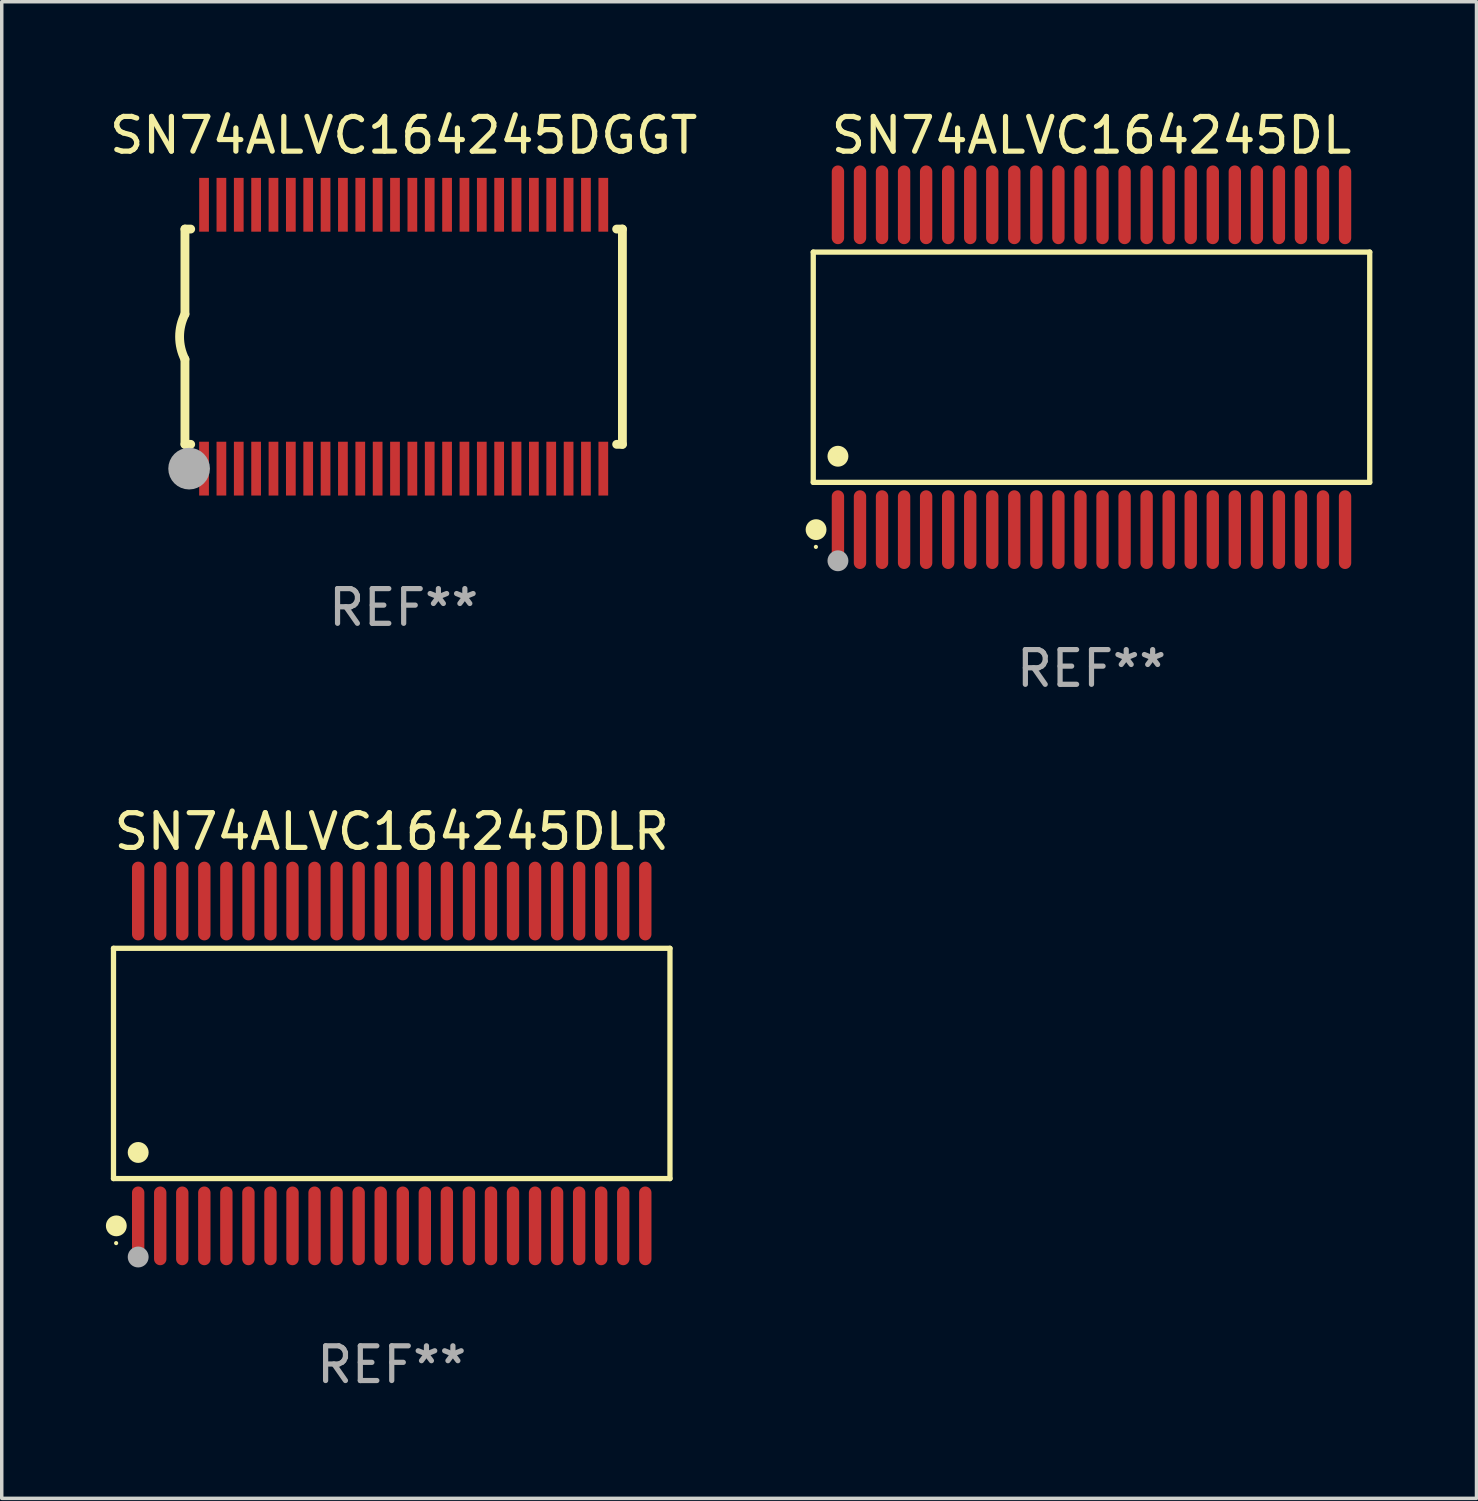
<source format=kicad_pcb>
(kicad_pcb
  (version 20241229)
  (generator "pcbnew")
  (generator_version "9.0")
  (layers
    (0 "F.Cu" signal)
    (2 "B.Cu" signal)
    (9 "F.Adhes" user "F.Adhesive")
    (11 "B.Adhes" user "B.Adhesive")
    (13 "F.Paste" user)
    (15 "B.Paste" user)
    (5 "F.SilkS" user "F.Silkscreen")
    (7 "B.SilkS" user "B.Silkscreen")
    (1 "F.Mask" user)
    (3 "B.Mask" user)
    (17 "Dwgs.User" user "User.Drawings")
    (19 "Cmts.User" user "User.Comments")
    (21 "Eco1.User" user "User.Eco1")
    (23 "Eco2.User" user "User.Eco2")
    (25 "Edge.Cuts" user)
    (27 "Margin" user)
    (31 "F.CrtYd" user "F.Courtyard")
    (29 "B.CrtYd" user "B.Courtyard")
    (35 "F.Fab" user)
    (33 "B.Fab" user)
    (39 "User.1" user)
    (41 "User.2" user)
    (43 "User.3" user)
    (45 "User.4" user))
  (footprint "SN74ALVC164245DL"
    (layer "F.Cu")
    (at 28.388 7.527)
    (property "Reference" "SN74ALVC164245DL" (at 0 -6.678 0) (layer "F.SilkS") (effects (font (size 1 1) (thickness 0.15))))
    (attr through_hole)
    (fp_line (start -8.014 -3.316) (end 8.014 -3.316) (stroke (width 0.152) (type solid)) (layer "F.SilkS"))
    (fp_line (start -8.014 3.316) (end -8.014 -3.316) (stroke (width 0.152) (type solid)) (layer "F.SilkS"))
    (fp_line (start 8.014 -3.316) (end 8.014 3.316) (stroke (width 0.152) (type solid)) (layer "F.SilkS"))
    (fp_line (start 8.014 3.316) (end -8.014 3.316) (stroke (width 0.152) (type solid)) (layer "F.SilkS"))
    (fp_circle (center -7.938 5.175) (end -7.908 5.175) (stroke (width 0.06) (type solid)) (fill no) (layer "F.SilkS"))
    (fp_circle (center -7.933 4.678) (end -7.783 4.678) (stroke (width 0.3) (type solid)) (fill no) (layer "F.SilkS"))
    (fp_circle (center -7.303 2.564) (end -7.152 2.564) (stroke (width 0.3) (type solid)) (fill no) (layer "F.SilkS"))
    (fp_circle (center -7.303 5.575) (end -7.152 5.575) (stroke (width 0.3) (type solid)) (fill no) (layer "F.Fab"))
    (fp_text user "REF**" (at 0 8.678 0) (layer "F.Fab") (effects (font (size 1 1) (thickness 0.15))))
    (pad "1" smd oval (at -7.303 4.678) (size 0.356 2.267) (layers "F.Cu" "F.Mask" "F.Paste"))
    (pad "2" smd oval (at -6.668 4.678) (size 0.356 2.267) (layers "F.Cu" "F.Mask" "F.Paste"))
    (pad "3" smd oval (at -6.033 4.678) (size 0.356 2.267) (layers "F.Cu" "F.Mask" "F.Paste"))
    (pad "4" smd oval (at -5.398 4.678) (size 0.356 2.267) (layers "F.Cu" "F.Mask" "F.Paste"))
    (pad "5" smd oval (at -4.763 4.678) (size 0.356 2.267) (layers "F.Cu" "F.Mask" "F.Paste"))
    (pad "6" smd oval (at -4.128 4.678) (size 0.356 2.267) (layers "F.Cu" "F.Mask" "F.Paste"))
    (pad "7" smd oval (at -3.493 4.678) (size 0.356 2.267) (layers "F.Cu" "F.Mask" "F.Paste"))
    (pad "8" smd oval (at -2.858 4.678) (size 0.356 2.267) (layers "F.Cu" "F.Mask" "F.Paste"))
    (pad "9" smd oval (at -2.223 4.678) (size 0.356 2.267) (layers "F.Cu" "F.Mask" "F.Paste"))
    (pad "10" smd oval (at -1.588 4.678) (size 0.356 2.267) (layers "F.Cu" "F.Mask" "F.Paste"))
    (pad "11" smd oval (at -0.953 4.678) (size 0.356 2.267) (layers "F.Cu" "F.Mask" "F.Paste"))
    (pad "12" smd oval (at -0.318 4.678) (size 0.356 2.267) (layers "F.Cu" "F.Mask" "F.Paste"))
    (pad "13" smd oval (at 0.318 4.678) (size 0.356 2.267) (layers "F.Cu" "F.Mask" "F.Paste"))
    (pad "14" smd oval (at 0.953 4.678) (size 0.356 2.267) (layers "F.Cu" "F.Mask" "F.Paste"))
    (pad "15" smd oval (at 1.588 4.678) (size 0.356 2.267) (layers "F.Cu" "F.Mask" "F.Paste"))
    (pad "16" smd oval (at 2.223 4.678) (size 0.356 2.267) (layers "F.Cu" "F.Mask" "F.Paste"))
    (pad "17" smd oval (at 2.858 4.678) (size 0.356 2.267) (layers "F.Cu" "F.Mask" "F.Paste"))
    (pad "18" smd oval (at 3.493 4.678) (size 0.356 2.267) (layers "F.Cu" "F.Mask" "F.Paste"))
    (pad "19" smd oval (at 4.128 4.678) (size 0.356 2.267) (layers "F.Cu" "F.Mask" "F.Paste"))
    (pad "20" smd oval (at 4.763 4.678) (size 0.356 2.267) (layers "F.Cu" "F.Mask" "F.Paste"))
    (pad "21" smd oval (at 5.398 4.678) (size 0.356 2.267) (layers "F.Cu" "F.Mask" "F.Paste"))
    (pad "22" smd oval (at 6.033 4.678) (size 0.356 2.267) (layers "F.Cu" "F.Mask" "F.Paste"))
    (pad "23" smd oval (at 6.668 4.678) (size 0.356 2.267) (layers "F.Cu" "F.Mask" "F.Paste"))
    (pad "24" smd oval (at 7.303 4.678) (size 0.356 2.267) (layers "F.Cu" "F.Mask" "F.Paste"))
    (pad "25" smd oval (at 7.303 -4.678) (size 0.356 2.267) (layers "F.Cu" "F.Mask" "F.Paste"))
    (pad "26" smd oval (at 6.668 -4.678) (size 0.356 2.267) (layers "F.Cu" "F.Mask" "F.Paste"))
    (pad "27" smd oval (at 6.033 -4.678) (size 0.356 2.267) (layers "F.Cu" "F.Mask" "F.Paste"))
    (pad "28" smd oval (at 5.398 -4.678) (size 0.356 2.267) (layers "F.Cu" "F.Mask" "F.Paste"))
    (pad "29" smd oval (at 4.763 -4.678) (size 0.356 2.267) (layers "F.Cu" "F.Mask" "F.Paste"))
    (pad "30" smd oval (at 4.128 -4.678) (size 0.356 2.267) (layers "F.Cu" "F.Mask" "F.Paste"))
    (pad "31" smd oval (at 3.493 -4.678) (size 0.356 2.267) (layers "F.Cu" "F.Mask" "F.Paste"))
    (pad "32" smd oval (at 2.858 -4.678) (size 0.356 2.267) (layers "F.Cu" "F.Mask" "F.Paste"))
    (pad "33" smd oval (at 2.223 -4.678) (size 0.356 2.267) (layers "F.Cu" "F.Mask" "F.Paste"))
    (pad "34" smd oval (at 1.588 -4.678) (size 0.356 2.267) (layers "F.Cu" "F.Mask" "F.Paste"))
    (pad "35" smd oval (at 0.953 -4.678) (size 0.356 2.267) (layers "F.Cu" "F.Mask" "F.Paste"))
    (pad "36" smd oval (at 0.318 -4.678) (size 0.356 2.267) (layers "F.Cu" "F.Mask" "F.Paste"))
    (pad "37" smd oval (at -0.318 -4.678) (size 0.356 2.267) (layers "F.Cu" "F.Mask" "F.Paste"))
    (pad "38" smd oval (at -0.953 -4.678) (size 0.356 2.267) (layers "F.Cu" "F.Mask" "F.Paste"))
    (pad "39" smd oval (at -1.588 -4.678) (size 0.356 2.267) (layers "F.Cu" "F.Mask" "F.Paste"))
    (pad "40" smd oval (at -2.223 -4.678) (size 0.356 2.267) (layers "F.Cu" "F.Mask" "F.Paste"))
    (pad "41" smd oval (at -2.858 -4.678) (size 0.356 2.267) (layers "F.Cu" "F.Mask" "F.Paste"))
    (pad "42" smd oval (at -3.493 -4.678) (size 0.356 2.267) (layers "F.Cu" "F.Mask" "F.Paste"))
    (pad "43" smd oval (at -4.128 -4.678) (size 0.356 2.267) (layers "F.Cu" "F.Mask" "F.Paste"))
    (pad "44" smd oval (at -4.763 -4.678) (size 0.356 2.267) (layers "F.Cu" "F.Mask" "F.Paste"))
    (pad "45" smd oval (at -5.398 -4.678) (size 0.356 2.267) (layers "F.Cu" "F.Mask" "F.Paste"))
    (pad "46" smd oval (at -6.033 -4.678) (size 0.356 2.267) (layers "F.Cu" "F.Mask" "F.Paste"))
    (pad "47" smd oval (at -6.668 -4.678) (size 0.356 2.267) (layers "F.Cu" "F.Mask" "F.Paste"))
    (pad "48" smd oval (at -7.303 -4.678) (size 0.356 2.267) (layers "F.Cu" "F.Mask" "F.Paste")))
  (footprint "SN74ALVC164245DLR"
    (layer "F.Cu")
    (at 8.233 27.58)
    (property "Reference" "SN74ALVC164245DLR" (at 0 -6.678 0) (layer "F.SilkS") (effects (font (size 1 1) (thickness 0.15))))
    (attr through_hole)
    (fp_line (start -8.014 -3.316) (end 8.014 -3.316) (stroke (width 0.152) (type solid)) (layer "F.SilkS"))
    (fp_line (start -8.014 3.316) (end -8.014 -3.316) (stroke (width 0.152) (type solid)) (layer "F.SilkS"))
    (fp_line (start 8.014 -3.316) (end 8.014 3.316) (stroke (width 0.152) (type solid)) (layer "F.SilkS"))
    (fp_line (start 8.014 3.316) (end -8.014 3.316) (stroke (width 0.152) (type solid)) (layer "F.SilkS"))
    (fp_circle (center -7.938 5.175) (end -7.908 5.175) (stroke (width 0.06) (type solid)) (fill no) (layer "F.SilkS"))
    (fp_circle (center -7.933 4.678) (end -7.783 4.678) (stroke (width 0.3) (type solid)) (fill no) (layer "F.SilkS"))
    (fp_circle (center -7.303 2.564) (end -7.152 2.564) (stroke (width 0.3) (type solid)) (fill no) (layer "F.SilkS"))
    (fp_circle (center -7.303 5.575) (end -7.152 5.575) (stroke (width 0.3) (type solid)) (fill no) (layer "F.Fab"))
    (fp_text user "REF**" (at 0 8.678 0) (layer "F.Fab") (effects (font (size 1 1) (thickness 0.15))))
    (pad "1" smd oval (at -7.303 4.678) (size 0.356 2.267) (layers "F.Cu" "F.Mask" "F.Paste"))
    (pad "2" smd oval (at -6.668 4.678) (size 0.356 2.267) (layers "F.Cu" "F.Mask" "F.Paste"))
    (pad "3" smd oval (at -6.033 4.678) (size 0.356 2.267) (layers "F.Cu" "F.Mask" "F.Paste"))
    (pad "4" smd oval (at -5.398 4.678) (size 0.356 2.267) (layers "F.Cu" "F.Mask" "F.Paste"))
    (pad "5" smd oval (at -4.763 4.678) (size 0.356 2.267) (layers "F.Cu" "F.Mask" "F.Paste"))
    (pad "6" smd oval (at -4.128 4.678) (size 0.356 2.267) (layers "F.Cu" "F.Mask" "F.Paste"))
    (pad "7" smd oval (at -3.493 4.678) (size 0.356 2.267) (layers "F.Cu" "F.Mask" "F.Paste"))
    (pad "8" smd oval (at -2.858 4.678) (size 0.356 2.267) (layers "F.Cu" "F.Mask" "F.Paste"))
    (pad "9" smd oval (at -2.223 4.678) (size 0.356 2.267) (layers "F.Cu" "F.Mask" "F.Paste"))
    (pad "10" smd oval (at -1.588 4.678) (size 0.356 2.267) (layers "F.Cu" "F.Mask" "F.Paste"))
    (pad "11" smd oval (at -0.953 4.678) (size 0.356 2.267) (layers "F.Cu" "F.Mask" "F.Paste"))
    (pad "12" smd oval (at -0.318 4.678) (size 0.356 2.267) (layers "F.Cu" "F.Mask" "F.Paste"))
    (pad "13" smd oval (at 0.318 4.678) (size 0.356 2.267) (layers "F.Cu" "F.Mask" "F.Paste"))
    (pad "14" smd oval (at 0.953 4.678) (size 0.356 2.267) (layers "F.Cu" "F.Mask" "F.Paste"))
    (pad "15" smd oval (at 1.588 4.678) (size 0.356 2.267) (layers "F.Cu" "F.Mask" "F.Paste"))
    (pad "16" smd oval (at 2.223 4.678) (size 0.356 2.267) (layers "F.Cu" "F.Mask" "F.Paste"))
    (pad "17" smd oval (at 2.858 4.678) (size 0.356 2.267) (layers "F.Cu" "F.Mask" "F.Paste"))
    (pad "18" smd oval (at 3.493 4.678) (size 0.356 2.267) (layers "F.Cu" "F.Mask" "F.Paste"))
    (pad "19" smd oval (at 4.128 4.678) (size 0.356 2.267) (layers "F.Cu" "F.Mask" "F.Paste"))
    (pad "20" smd oval (at 4.763 4.678) (size 0.356 2.267) (layers "F.Cu" "F.Mask" "F.Paste"))
    (pad "21" smd oval (at 5.398 4.678) (size 0.356 2.267) (layers "F.Cu" "F.Mask" "F.Paste"))
    (pad "22" smd oval (at 6.033 4.678) (size 0.356 2.267) (layers "F.Cu" "F.Mask" "F.Paste"))
    (pad "23" smd oval (at 6.668 4.678) (size 0.356 2.267) (layers "F.Cu" "F.Mask" "F.Paste"))
    (pad "24" smd oval (at 7.303 4.678) (size 0.356 2.267) (layers "F.Cu" "F.Mask" "F.Paste"))
    (pad "25" smd oval (at 7.303 -4.678) (size 0.356 2.267) (layers "F.Cu" "F.Mask" "F.Paste"))
    (pad "26" smd oval (at 6.668 -4.678) (size 0.356 2.267) (layers "F.Cu" "F.Mask" "F.Paste"))
    (pad "27" smd oval (at 6.033 -4.678) (size 0.356 2.267) (layers "F.Cu" "F.Mask" "F.Paste"))
    (pad "28" smd oval (at 5.398 -4.678) (size 0.356 2.267) (layers "F.Cu" "F.Mask" "F.Paste"))
    (pad "29" smd oval (at 4.763 -4.678) (size 0.356 2.267) (layers "F.Cu" "F.Mask" "F.Paste"))
    (pad "30" smd oval (at 4.128 -4.678) (size 0.356 2.267) (layers "F.Cu" "F.Mask" "F.Paste"))
    (pad "31" smd oval (at 3.493 -4.678) (size 0.356 2.267) (layers "F.Cu" "F.Mask" "F.Paste"))
    (pad "32" smd oval (at 2.858 -4.678) (size 0.356 2.267) (layers "F.Cu" "F.Mask" "F.Paste"))
    (pad "33" smd oval (at 2.223 -4.678) (size 0.356 2.267) (layers "F.Cu" "F.Mask" "F.Paste"))
    (pad "34" smd oval (at 1.588 -4.678) (size 0.356 2.267) (layers "F.Cu" "F.Mask" "F.Paste"))
    (pad "35" smd oval (at 0.953 -4.678) (size 0.356 2.267) (layers "F.Cu" "F.Mask" "F.Paste"))
    (pad "36" smd oval (at 0.318 -4.678) (size 0.356 2.267) (layers "F.Cu" "F.Mask" "F.Paste"))
    (pad "37" smd oval (at -0.318 -4.678) (size 0.356 2.267) (layers "F.Cu" "F.Mask" "F.Paste"))
    (pad "38" smd oval (at -0.953 -4.678) (size 0.356 2.267) (layers "F.Cu" "F.Mask" "F.Paste"))
    (pad "39" smd oval (at -1.588 -4.678) (size 0.356 2.267) (layers "F.Cu" "F.Mask" "F.Paste"))
    (pad "40" smd oval (at -2.223 -4.678) (size 0.356 2.267) (layers "F.Cu" "F.Mask" "F.Paste"))
    (pad "41" smd oval (at -2.858 -4.678) (size 0.356 2.267) (layers "F.Cu" "F.Mask" "F.Paste"))
    (pad "42" smd oval (at -3.493 -4.678) (size 0.356 2.267) (layers "F.Cu" "F.Mask" "F.Paste"))
    (pad "43" smd oval (at -4.128 -4.678) (size 0.356 2.267) (layers "F.Cu" "F.Mask" "F.Paste"))
    (pad "44" smd oval (at -4.763 -4.678) (size 0.356 2.267) (layers "F.Cu" "F.Mask" "F.Paste"))
    (pad "45" smd oval (at -5.398 -4.678) (size 0.356 2.267) (layers "F.Cu" "F.Mask" "F.Paste"))
    (pad "46" smd oval (at -6.033 -4.678) (size 0.356 2.267) (layers "F.Cu" "F.Mask" "F.Paste"))
    (pad "47" smd oval (at -6.668 -4.678) (size 0.356 2.267) (layers "F.Cu" "F.Mask" "F.Paste"))
    (pad "48" smd oval (at -7.303 -4.678) (size 0.356 2.267) (layers "F.Cu" "F.Mask" "F.Paste")))
  (footprint "SN74ALVC164245DGGT"
    (layer "F.Cu")
    (at 8.577 6.648)
    (property "Reference" "SN74ALVC164245DGGT" (at 0 -5.8 0) (layer "F.SilkS") (effects (font (size 1 1) (thickness 0.15))))
    (attr through_hole)
    (fp_line (start -6.3 -3.1) (end -6.3 -0.65) (stroke (width 0.254) (type solid)) (layer "F.SilkS"))
    (fp_line (start -6.3 -3.1) (end -6.134 -3.1) (stroke (width 0.254) (type solid)) (layer "F.SilkS"))
    (fp_line (start -6.3 3.1) (end -6.3 0.65) (stroke (width 0.254) (type solid)) (layer "F.SilkS"))
    (fp_line (start -6.3 3.1) (end -6.134 3.1) (stroke (width 0.254) (type solid)) (layer "F.SilkS"))
    (fp_line (start 6.134 -3.1) (end 6.3 -3.1) (stroke (width 0.254) (type solid)) (layer "F.SilkS"))
    (fp_line (start 6.134 3.1) (end 6.3 3.1) (stroke (width 0.254) (type solid)) (layer "F.SilkS"))
    (fp_line (start 6.3 -3.1) (end 6.3 3.1) (stroke (width 0.254) (type solid)) (layer "F.SilkS"))
    (fp_arc (start -6.301016 0.650114) (mid -6.45413 -0.000082) (end -6.3 -0.650038) (stroke (width 0.254001) (type solid)) (layer "F.SilkS"))
    (fp_circle (center -6.35 3.81) (end -6.223 3.81) (stroke (width 0.254) (type solid)) (fill no) (layer "F.SilkS"))
    (fp_circle (center -6.25 4.05) (end -6.22 4.05) (stroke (width 0.06) (type solid)) (fill no) (layer "F.SilkS"))
    (fp_circle (center -6.18 3.8) (end -5.88 3.8) (stroke (width 0.6) (type solid)) (fill no) (layer "F.Fab"))
    (fp_text user "REF**" (at 0 7.8 0) (layer "F.Fab") (effects (font (size 1 1) (thickness 0.15))))
    (pad "1" smd rect (at -5.75 3.8) (size 0.28 1.55) (layers "F.Cu" "F.Mask" "F.Paste"))
    (pad "2" smd rect (at -5.25 3.8) (size 0.28 1.55) (layers "F.Cu" "F.Mask" "F.Paste"))
    (pad "3" smd rect (at -4.75 3.8) (size 0.28 1.55) (layers "F.Cu" "F.Mask" "F.Paste"))
    (pad "4" smd rect (at -4.25 3.8) (size 0.28 1.55) (layers "F.Cu" "F.Mask" "F.Paste"))
    (pad "5" smd rect (at -3.75 3.8) (size 0.28 1.55) (layers "F.Cu" "F.Mask" "F.Paste"))
    (pad "6" smd rect (at -3.25 3.8) (size 0.28 1.55) (layers "F.Cu" "F.Mask" "F.Paste"))
    (pad "7" smd rect (at -2.75 3.8) (size 0.28 1.55) (layers "F.Cu" "F.Mask" "F.Paste"))
    (pad "8" smd rect (at -2.25 3.8) (size 0.28 1.55) (layers "F.Cu" "F.Mask" "F.Paste"))
    (pad "9" smd rect (at -1.75 3.8) (size 0.28 1.55) (layers "F.Cu" "F.Mask" "F.Paste"))
    (pad "10" smd rect (at -1.25 3.8) (size 0.28 1.55) (layers "F.Cu" "F.Mask" "F.Paste"))
    (pad "11" smd rect (at -0.75 3.8) (size 0.28 1.55) (layers "F.Cu" "F.Mask" "F.Paste"))
    (pad "12" smd rect (at -0.25 3.8) (size 0.28 1.55) (layers "F.Cu" "F.Mask" "F.Paste"))
    (pad "13" smd rect (at 0.25 3.8) (size 0.28 1.55) (layers "F.Cu" "F.Mask" "F.Paste"))
    (pad "14" smd rect (at 0.75 3.8) (size 0.28 1.55) (layers "F.Cu" "F.Mask" "F.Paste"))
    (pad "15" smd rect (at 1.25 3.8) (size 0.28 1.55) (layers "F.Cu" "F.Mask" "F.Paste"))
    (pad "16" smd rect (at 1.75 3.8) (size 0.28 1.55) (layers "F.Cu" "F.Mask" "F.Paste"))
    (pad "17" smd rect (at 2.25 3.8) (size 0.28 1.55) (layers "F.Cu" "F.Mask" "F.Paste"))
    (pad "18" smd rect (at 2.75 3.8) (size 0.28 1.55) (layers "F.Cu" "F.Mask" "F.Paste"))
    (pad "19" smd rect (at 3.25 3.8) (size 0.28 1.55) (layers "F.Cu" "F.Mask" "F.Paste"))
    (pad "20" smd rect (at 3.75 3.8) (size 0.28 1.55) (layers "F.Cu" "F.Mask" "F.Paste"))
    (pad "21" smd rect (at 4.25 3.8) (size 0.28 1.55) (layers "F.Cu" "F.Mask" "F.Paste"))
    (pad "22" smd rect (at 4.75 3.8) (size 0.28 1.55) (layers "F.Cu" "F.Mask" "F.Paste"))
    (pad "23" smd rect (at 5.25 3.8) (size 0.28 1.55) (layers "F.Cu" "F.Mask" "F.Paste"))
    (pad "24" smd rect (at 5.75 3.8) (size 0.28 1.55) (layers "F.Cu" "F.Mask" "F.Paste"))
    (pad "25" smd rect (at 5.75 -3.8) (size 0.28 1.55) (layers "F.Cu" "F.Mask" "F.Paste"))
    (pad "26" smd rect (at 5.25 -3.8) (size 0.28 1.55) (layers "F.Cu" "F.Mask" "F.Paste"))
    (pad "27" smd rect (at 4.75 -3.8) (size 0.28 1.55) (layers "F.Cu" "F.Mask" "F.Paste"))
    (pad "28" smd rect (at 4.25 -3.8) (size 0.28 1.55) (layers "F.Cu" "F.Mask" "F.Paste"))
    (pad "29" smd rect (at 3.75 -3.8) (size 0.28 1.55) (layers "F.Cu" "F.Mask" "F.Paste"))
    (pad "30" smd rect (at 3.25 -3.8) (size 0.28 1.55) (layers "F.Cu" "F.Mask" "F.Paste"))
    (pad "31" smd rect (at 2.75 -3.8) (size 0.28 1.55) (layers "F.Cu" "F.Mask" "F.Paste"))
    (pad "32" smd rect (at 2.25 -3.8) (size 0.28 1.55) (layers "F.Cu" "F.Mask" "F.Paste"))
    (pad "33" smd rect (at 1.75 -3.8) (size 0.28 1.55) (layers "F.Cu" "F.Mask" "F.Paste"))
    (pad "34" smd rect (at 1.25 -3.8) (size 0.28 1.55) (layers "F.Cu" "F.Mask" "F.Paste"))
    (pad "35" smd rect (at 0.75 -3.8) (size 0.28 1.55) (layers "F.Cu" "F.Mask" "F.Paste"))
    (pad "36" smd rect (at 0.25 -3.8) (size 0.28 1.55) (layers "F.Cu" "F.Mask" "F.Paste"))
    (pad "37" smd rect (at -0.25 -3.8) (size 0.28 1.55) (layers "F.Cu" "F.Mask" "F.Paste"))
    (pad "38" smd rect (at -0.75 -3.8) (size 0.28 1.55) (layers "F.Cu" "F.Mask" "F.Paste"))
    (pad "39" smd rect (at -1.25 -3.8) (size 0.28 1.55) (layers "F.Cu" "F.Mask" "F.Paste"))
    (pad "40" smd rect (at -1.75 -3.8) (size 0.28 1.55) (layers "F.Cu" "F.Mask" "F.Paste"))
    (pad "41" smd rect (at -2.25 -3.8) (size 0.28 1.55) (layers "F.Cu" "F.Mask" "F.Paste"))
    (pad "42" smd rect (at -2.75 -3.8) (size 0.28 1.55) (layers "F.Cu" "F.Mask" "F.Paste"))
    (pad "43" smd rect (at -3.25 -3.8) (size 0.28 1.55) (layers "F.Cu" "F.Mask" "F.Paste"))
    (pad "44" smd rect (at -3.75 -3.8) (size 0.28 1.55) (layers "F.Cu" "F.Mask" "F.Paste"))
    (pad "45" smd rect (at -4.25 -3.8) (size 0.28 1.55) (layers "F.Cu" "F.Mask" "F.Paste"))
    (pad "46" smd rect (at -4.75 -3.8) (size 0.28 1.55) (layers "F.Cu" "F.Mask" "F.Paste"))
    (pad "47" smd rect (at -5.25 -3.8) (size 0.28 1.55) (layers "F.Cu" "F.Mask" "F.Paste"))
    (pad "48" smd rect (at -5.75 -3.8) (size 0.28 1.55) (layers "F.Cu" "F.Mask" "F.Paste")))
  (gr_rect
    (start -3 -3)
    (end 39.477 40.107)
    (stroke (width 0.1) (type default))
    (fill no)
    (layer "Edge.Cuts")))
</source>
